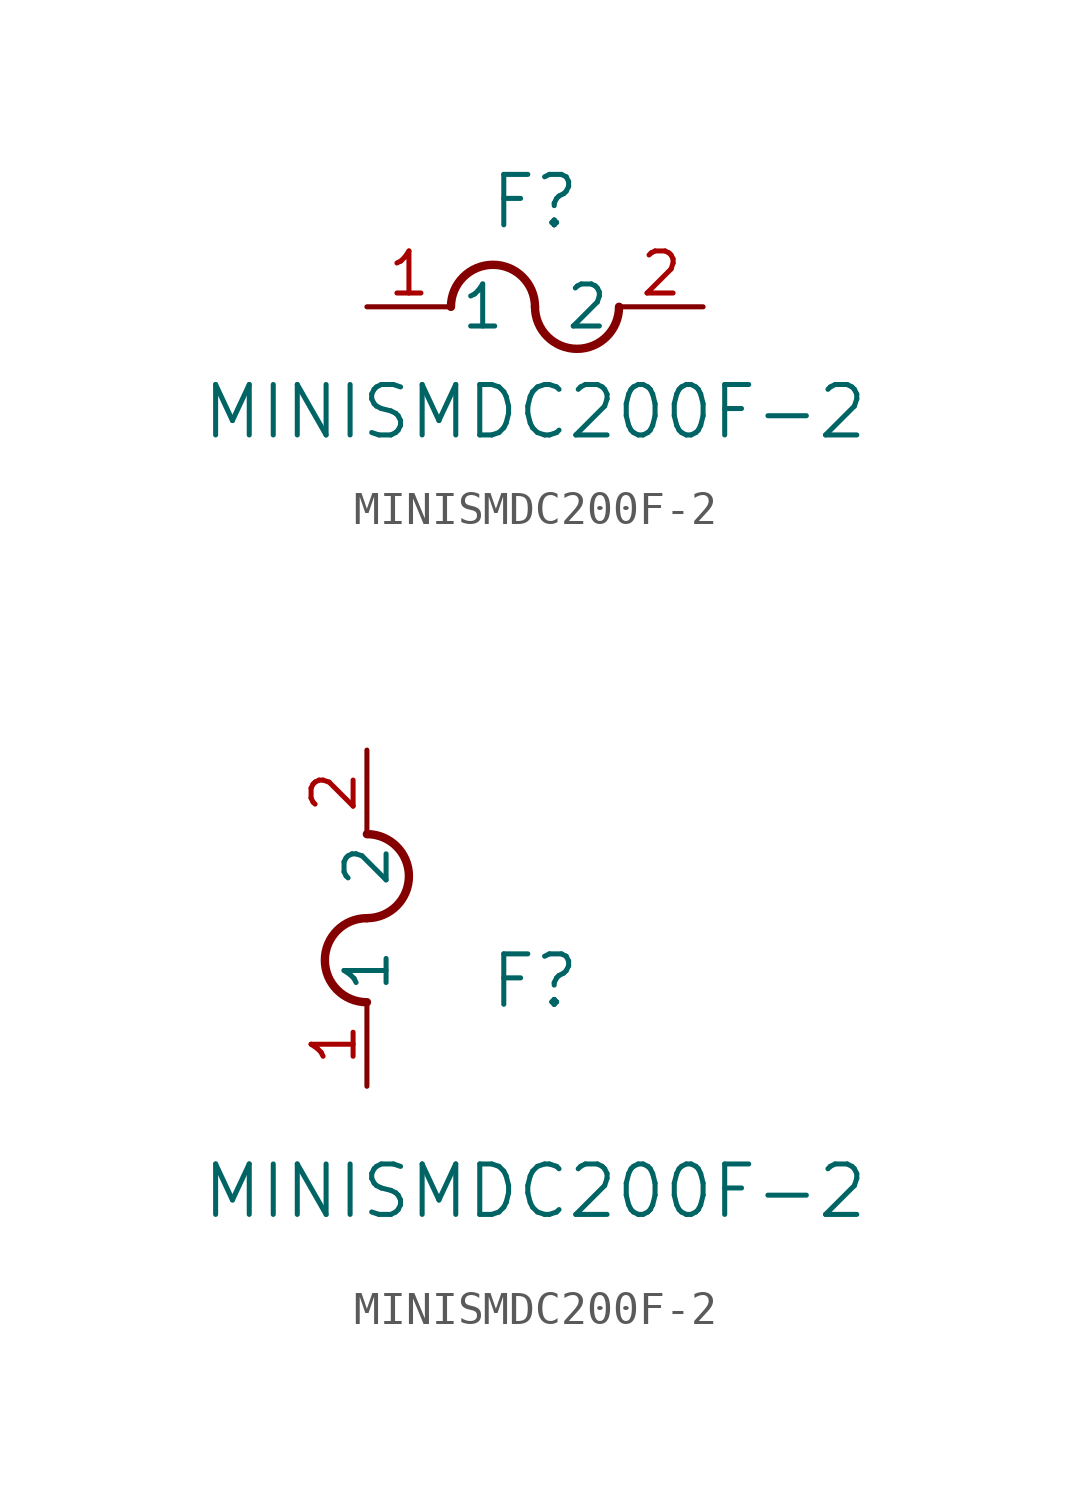
<source format=kicad_sym>
(kicad_symbol_lib
  (version 20211014)
  (generator kicad_symbol_editor)
  (symbol "MINISMDC200F-2"
    (pin_names
      (offset 0.254))
    (property "Reference" "F"
      (at 5.08 3.175 0)
      (effects (font (size 1.524 1.524))))
    (property "Value" "MINISMDC200F-2"
      (at 5.08 -3.175 0)
      (effects (font (size 1.524 1.524))))
    (symbol "MINISMDC200F-2_1_1"
      (arc (start 5.08 0) (mid 3.81 1.27) (end 2.54 0) (stroke (width 0.254) (type default) (color 0 0 0 0)) (fill (type none)))
      (arc (start 5.08 0) (mid 6.35 -1.27) (end 7.62 0) (stroke (width 0.254) (type default) (color 0 0 0 0)) (fill (type none)))
      (pin unspecified line (at 0 0 0) (length 2.54) (name "1" (effects (font (size 1.27 1.27)))) (number "1" (effects (font (size 1.27 1.27)))))
      (pin unspecified line (at 10.16 0 180) (length 2.54) (name "2" (effects (font (size 1.27 1.27)))) (number "2" (effects (font (size 1.27 1.27))))))
    (symbol "MINISMDC200F-2_1_2"
      (arc (start 0 5.08) (mid -1.27 3.81) (end 0 2.54) (stroke (width 0.254) (type default) (color 0 0 0 0)) (fill (type none)))
      (arc (start 0 5.08) (mid 1.27 6.35) (end 0 7.62) (stroke (width 0.254) (type default) (color 0 0 0 0)) (fill (type none)))
      (pin unspecified line (at 0 0 90) (length 2.54) (name "1" (effects (font (size 1.27 1.27)))) (number "1" (effects (font (size 1.27 1.27)))))
      (pin unspecified line (at 0 10.16 270) (length 2.54) (name "2" (effects (font (size 1.27 1.27)))) (number "2" (effects (font (size 1.27 1.27))))))))
</source>
